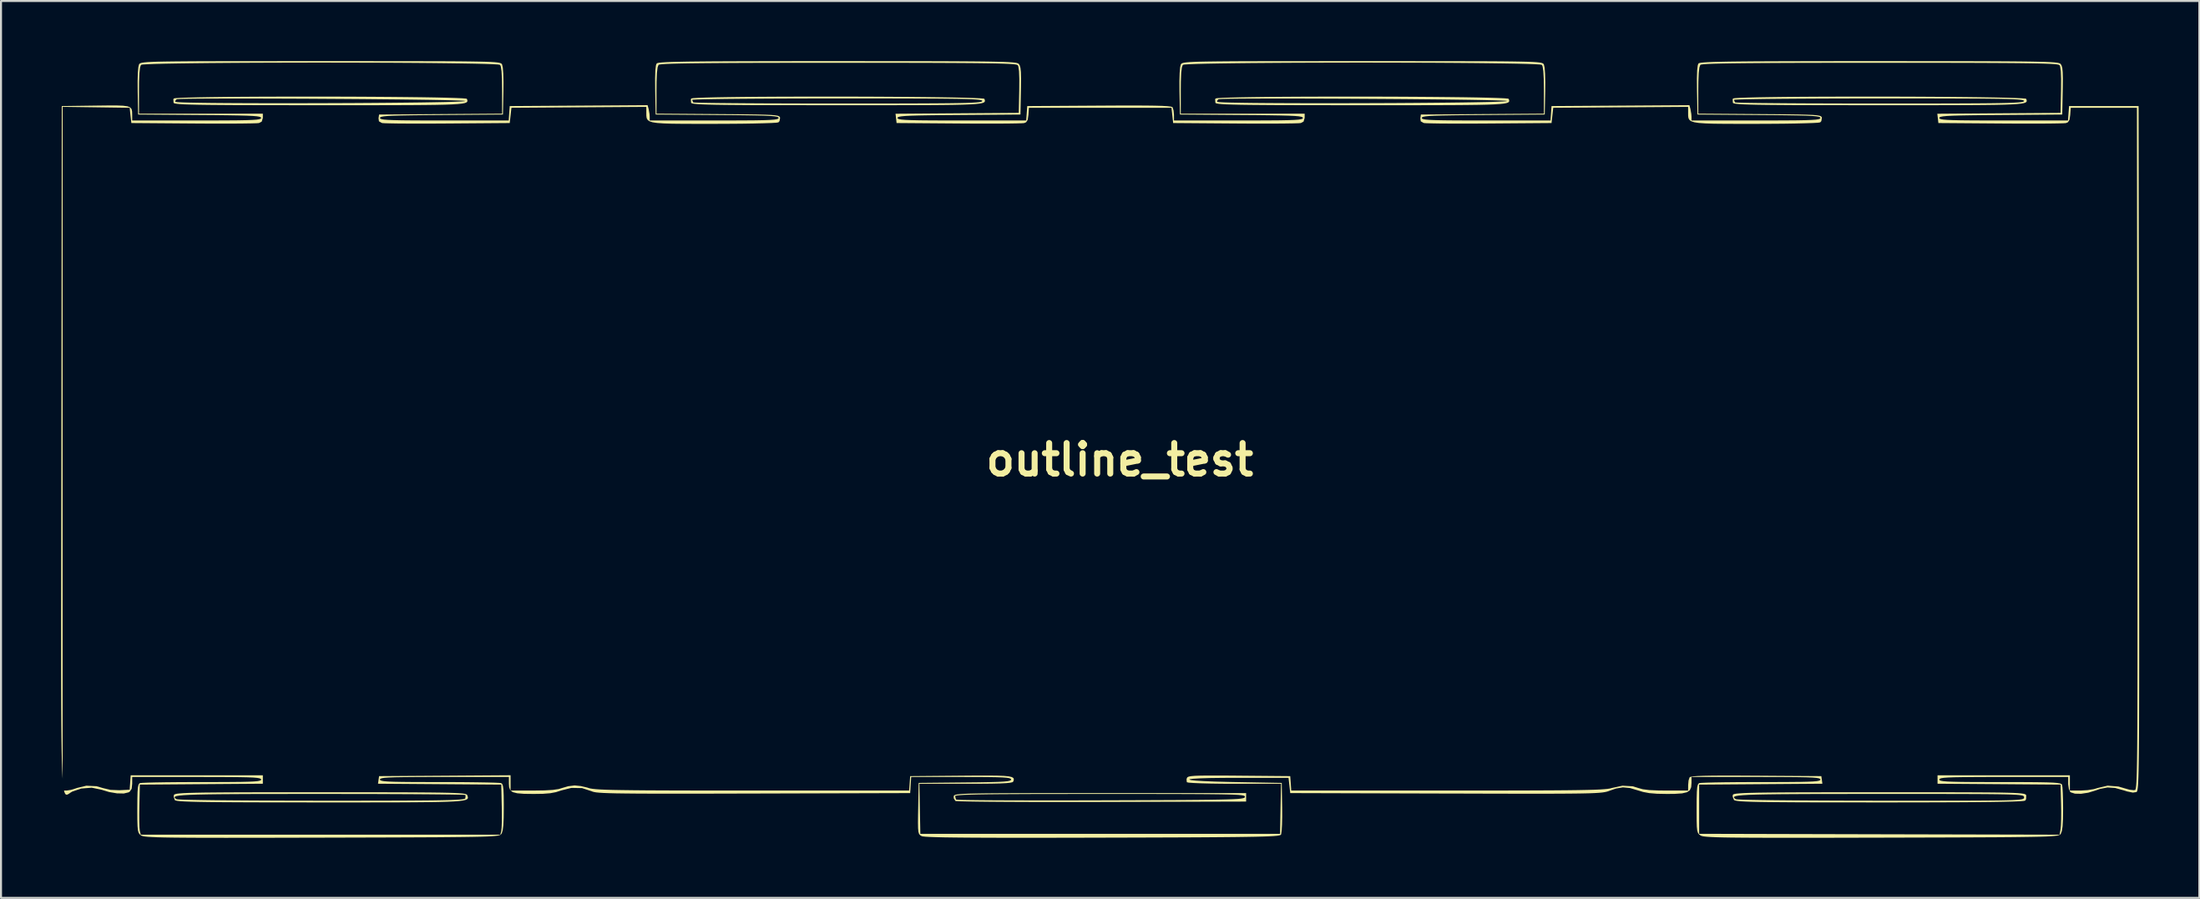
<source format=kicad_pcb>
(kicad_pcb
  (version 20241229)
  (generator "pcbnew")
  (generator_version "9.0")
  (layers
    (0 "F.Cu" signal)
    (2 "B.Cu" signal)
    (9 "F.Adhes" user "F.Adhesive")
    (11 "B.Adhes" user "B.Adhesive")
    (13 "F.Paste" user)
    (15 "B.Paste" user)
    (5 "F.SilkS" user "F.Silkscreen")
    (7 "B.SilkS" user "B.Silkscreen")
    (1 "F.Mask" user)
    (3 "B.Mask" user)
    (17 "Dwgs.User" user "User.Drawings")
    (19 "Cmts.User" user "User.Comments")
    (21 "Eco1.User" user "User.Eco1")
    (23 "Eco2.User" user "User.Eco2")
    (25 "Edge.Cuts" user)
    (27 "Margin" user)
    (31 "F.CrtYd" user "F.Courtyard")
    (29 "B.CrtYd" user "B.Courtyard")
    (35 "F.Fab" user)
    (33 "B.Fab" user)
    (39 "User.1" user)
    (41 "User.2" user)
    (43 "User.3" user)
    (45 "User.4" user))
  (footprint "outline_test"
    (layer "F.Cu")
    (at 52.823 19.897)
    (property "Reference" "outline_test" (at 0 0 0) (layer "F.SilkS") (effects (font (size 1.524 1.524) (thickness 0.3))))
    (attr board_only exclude_from_pos_files exclude_from_bom)
    (fp_poly (pts (xy 6.308 17.06) (xy -0.889 17.08) (xy -1.98 17.083) (xy -3.023 17.083) (xy -4.006 17.082) (xy -4.916 17.079) (xy -5.741 17.075) (xy -6.469 17.07) (xy -7.085 17.063) (xy -7.579 17.055) (xy -7.937 17.046) (xy -8.148 17.036) (xy -8.2 17.028) (xy -8.282 16.894) (xy -8.283 16.796) (xy -8.282 16.792) (xy -8.213 16.792) (xy -8.175 16.937) (xy -8.156 16.962) (xy -8.064 16.97) (xy -7.816 16.978) (xy -7.423 16.984) (xy -6.899 16.99) (xy -6.255 16.995) (xy -5.503 16.998) (xy -4.658 17) (xy -3.73 17.001) (xy -2.732 17.001) (xy -1.677 16.999) (xy -0.939 16.997) (xy 0.329 16.993) (xy 1.439 16.989) (xy 2.401 16.985) (xy 3.225 16.981) (xy 3.922 16.975) (xy 4.503 16.969) (xy 4.978 16.961) (xy 5.358 16.952) (xy 5.654 16.941) (xy 5.876 16.929) (xy 6.035 16.914) (xy 6.141 16.896) (xy 6.205 16.876) (xy 6.237 16.853) (xy 6.249 16.828) (xy 6.247 16.801) (xy 6.224 16.779) (xy 6.169 16.759) (xy 6.072 16.742) (xy 5.922 16.727) (xy 5.708 16.715) (xy 5.421 16.706) (xy 5.05 16.698) (xy 4.584 16.692) (xy 4.013 16.687) (xy 3.327 16.684) (xy 2.514 16.681) (xy 1.565 16.68) (xy 0.469 16.68) (xy -0.784 16.679) (xy -0.967 16.679) (xy -2.272 16.68) (xy -3.417 16.681) (xy -4.412 16.683) (xy -5.267 16.687) (xy -5.99 16.691) (xy -6.592 16.697) (xy -7.082 16.705) (xy -7.47 16.715) (xy -7.766 16.726) (xy -7.978 16.74) (xy -8.117 16.755) (xy -8.192 16.773) (xy -8.213 16.792) (xy -8.282 16.792) (xy -8.273 16.768) (xy -8.248 16.744) (xy -8.197 16.723) (xy -8.109 16.704) (xy -7.975 16.689) (xy -7.782 16.676) (xy -7.522 16.665) (xy -7.182 16.657) (xy -6.753 16.65) (xy -6.225 16.645) (xy -5.585 16.642) (xy -4.825 16.639) (xy -3.933 16.638) (xy -2.899 16.637) (xy -1.712 16.637) (xy -0.973 16.637) (xy 6.308 16.637)) (stroke (width 0) (type solid)) (fill yes) (layer "F.SilkS"))
    (fp_poly (pts (xy -39.211 -18.125) (xy -38.257 -18.122) (xy -37.329 -18.117) (xy -36.441 -18.111) (xy -35.608 -18.103) (xy -34.846 -18.094) (xy -34.168 -18.083) (xy -33.592 -18.07) (xy -33.13 -18.056) (xy -32.798 -18.041) (xy -32.612 -18.024) (xy -32.576 -18.013) (xy -32.556 -17.958) (xy -32.548 -17.909) (xy -32.561 -17.867) (xy -32.605 -17.831) (xy -32.692 -17.8) (xy -32.831 -17.775) (xy -33.032 -17.754) (xy -33.306 -17.737) (xy -33.662 -17.723) (xy -34.112 -17.713) (xy -34.666 -17.706) (xy -35.333 -17.701) (xy -36.125 -17.698) (xy -37.051 -17.696) (xy -38.121 -17.695) (xy -39.347 -17.695) (xy -39.888 -17.695) (xy -41.182 -17.696) (xy -42.318 -17.697) (xy -43.304 -17.699) (xy -44.152 -17.701) (xy -44.871 -17.706) (xy -45.47 -17.711) (xy -45.962 -17.718) (xy -46.355 -17.727) (xy -46.66 -17.738) (xy -46.886 -17.751) (xy -47.045 -17.766) (xy -47.145 -17.783) (xy -47.198 -17.803) (xy -47.212 -17.818) (xy -47.218 -17.908) (xy -47.129 -17.908) (xy -47.117 -17.865) (xy -47.026 -17.85) (xy -46.781 -17.837) (xy -46.399 -17.826) (xy -45.892 -17.817) (xy -45.278 -17.809) (xy -44.57 -17.803) (xy -43.783 -17.799) (xy -42.932 -17.796) (xy -42.033 -17.795) (xy -41.1 -17.795) (xy -40.148 -17.797) (xy -39.192 -17.8) (xy -38.247 -17.804) (xy -37.327 -17.81) (xy -36.448 -17.817) (xy -35.625 -17.825) (xy -34.873 -17.834) (xy -34.205 -17.845) (xy -33.639 -17.856) (xy -33.187 -17.869) (xy -32.866 -17.883) (xy -32.69 -17.897) (xy -32.66 -17.907) (xy -32.745 -17.919) (xy -32.985 -17.93) (xy -33.363 -17.941) (xy -33.866 -17.952) (xy -34.478 -17.963) (xy -35.185 -17.973) (xy -35.97 -17.983) (xy -36.82 -17.991) (xy -37.719 -18) (xy -38.651 -18.007) (xy -39.603 -18.013) (xy -40.559 -18.019) (xy -41.504 -18.023) (xy -42.423 -18.026) (xy -43.301 -18.028) (xy -44.123 -18.028) (xy -44.874 -18.027) (xy -45.539 -18.025) (xy -46.102 -18.021) (xy -46.55 -18.015) (xy -46.866 -18.007) (xy -47.036 -17.997) (xy -47.059 -17.993) (xy -47.129 -17.908) (xy -47.218 -17.908) (xy -47.223 -17.981) (xy -47.204 -18.03) (xy -47.111 -18.048) (xy -46.863 -18.063) (xy -46.477 -18.077) (xy -45.967 -18.09) (xy -45.347 -18.1) (xy -44.633 -18.109) (xy -43.84 -18.116) (xy -42.983 -18.121) (xy -42.077 -18.124) (xy -41.136 -18.126) (xy -40.176 -18.126)) (stroke (width 0) (type solid)) (fill yes) (layer "F.SilkS"))
    (fp_poly (pts (xy 12.774 -18.125) (xy 13.728 -18.122) (xy 14.657 -18.117) (xy 15.545 -18.111) (xy 16.377 -18.103) (xy 17.14 -18.094) (xy 17.817 -18.083) (xy 18.394 -18.07) (xy 18.855 -18.056) (xy 19.187 -18.041) (xy 19.373 -18.024) (xy 19.409 -18.013) (xy 19.429 -17.958) (xy 19.437 -17.909) (xy 19.424 -17.867) (xy 19.38 -17.831) (xy 19.293 -17.8) (xy 19.155 -17.775) (xy 18.954 -17.754) (xy 18.68 -17.737) (xy 18.323 -17.723) (xy 17.873 -17.713) (xy 17.319 -17.706) (xy 16.652 -17.701) (xy 15.86 -17.698) (xy 14.935 -17.696) (xy 13.864 -17.695) (xy 12.639 -17.695) (xy 12.098 -17.695) (xy 10.803 -17.696) (xy 9.667 -17.697) (xy 8.681 -17.699) (xy 7.833 -17.701) (xy 7.115 -17.706) (xy 6.515 -17.711) (xy 6.023 -17.718) (xy 5.63 -17.727) (xy 5.326 -17.738) (xy 5.099 -17.751) (xy 4.941 -17.766) (xy 4.84 -17.783) (xy 4.787 -17.803) (xy 4.774 -17.818) (xy 4.767 -17.908) (xy 4.856 -17.908) (xy 4.868 -17.865) (xy 4.96 -17.85) (xy 5.204 -17.837) (xy 5.587 -17.826) (xy 6.093 -17.817) (xy 6.707 -17.809) (xy 7.416 -17.803) (xy 8.202 -17.799) (xy 9.053 -17.796) (xy 9.952 -17.795) (xy 10.885 -17.795) (xy 11.837 -17.797) (xy 12.794 -17.8) (xy 13.739 -17.804) (xy 14.658 -17.81) (xy 15.537 -17.817) (xy 16.36 -17.825) (xy 17.113 -17.834) (xy 17.78 -17.845) (xy 18.347 -17.856) (xy 18.798 -17.869) (xy 19.119 -17.883) (xy 19.295 -17.897) (xy 19.325 -17.907) (xy 19.24 -17.919) (xy 19.001 -17.93) (xy 18.622 -17.941) (xy 18.119 -17.952) (xy 17.507 -17.963) (xy 16.801 -17.973) (xy 16.015 -17.983) (xy 15.166 -17.991) (xy 14.267 -18) (xy 13.334 -18.007) (xy 12.382 -18.013) (xy 11.426 -18.019) (xy 10.481 -18.023) (xy 9.562 -18.026) (xy 8.684 -18.028) (xy 7.862 -18.028) (xy 7.111 -18.027) (xy 6.447 -18.025) (xy 5.883 -18.021) (xy 5.436 -18.015) (xy 5.119 -18.007) (xy 4.95 -17.997) (xy 4.926 -17.993) (xy 4.856 -17.908) (xy 4.767 -17.908) (xy 4.762 -17.981) (xy 4.781 -18.03) (xy 4.875 -18.048) (xy 5.122 -18.063) (xy 5.508 -18.077) (xy 6.019 -18.09) (xy 6.638 -18.1) (xy 7.352 -18.109) (xy 8.145 -18.116) (xy 9.002 -18.121) (xy 9.908 -18.124) (xy 10.849 -18.126) (xy 11.809 -18.126)) (stroke (width 0) (type solid)) (fill yes) (layer "F.SilkS"))
    (fp_poly (pts (xy -13.388 -18.125) (xy -12.434 -18.122) (xy -11.505 -18.117) (xy -10.617 -18.111) (xy -9.785 -18.103) (xy -9.022 -18.094) (xy -8.345 -18.083) (xy -7.768 -18.07) (xy -7.307 -18.056) (xy -6.975 -18.041) (xy -6.789 -18.024) (xy -6.753 -18.013) (xy -6.733 -17.958) (xy -6.725 -17.909) (xy -6.738 -17.867) (xy -6.782 -17.831) (xy -6.869 -17.8) (xy -7.007 -17.775) (xy -7.208 -17.754) (xy -7.482 -17.737) (xy -7.839 -17.723) (xy -8.289 -17.713) (xy -8.843 -17.706) (xy -9.51 -17.701) (xy -10.302 -17.698) (xy -11.227 -17.696) (xy -12.298 -17.695) (xy -13.523 -17.695) (xy -14.064 -17.695) (xy -15.359 -17.696) (xy -16.495 -17.697) (xy -17.481 -17.699) (xy -18.329 -17.701) (xy -19.047 -17.706) (xy -19.647 -17.711) (xy -20.139 -17.718) (xy -20.532 -17.727) (xy -20.836 -17.738) (xy -21.063 -17.751) (xy -21.221 -17.766) (xy -21.322 -17.783) (xy -21.375 -17.803) (xy -21.388 -17.818) (xy -21.398 -17.963) (xy -21.336 -17.963) (xy -21.284 -17.841) (xy -21.28 -17.836) (xy -21.188 -17.828) (xy -20.94 -17.82) (xy -20.547 -17.812) (xy -20.023 -17.805) (xy -19.378 -17.799) (xy -18.627 -17.793) (xy -17.781 -17.788) (xy -16.852 -17.785) (xy -15.854 -17.782) (xy -14.798 -17.78) (xy -14.041 -17.78) (xy -12.76 -17.78) (xy -11.639 -17.781) (xy -10.667 -17.783) (xy -9.833 -17.786) (xy -9.128 -17.79) (xy -8.54 -17.795) (xy -8.06 -17.802) (xy -7.678 -17.81) (xy -7.383 -17.821) (xy -7.165 -17.834) (xy -7.014 -17.849) (xy -6.919 -17.866) (xy -6.871 -17.886) (xy -6.858 -17.907) (xy -6.873 -17.93) (xy -6.924 -17.949) (xy -7.023 -17.966) (xy -7.178 -17.981) (xy -7.401 -17.994) (xy -7.701 -18.004) (xy -8.09 -18.013) (xy -8.576 -18.019) (xy -9.17 -18.025) (xy -9.882 -18.028) (xy -10.724 -18.031) (xy -11.704 -18.033) (xy -12.833 -18.034) (xy -14.097 -18.034) (xy -15.188 -18.033) (xy -16.229 -18.031) (xy -17.208 -18.027) (xy -18.112 -18.022) (xy -18.93 -18.016) (xy -19.649 -18.009) (xy -20.257 -18) (xy -20.741 -17.991) (xy -21.089 -17.982) (xy -21.29 -17.971) (xy -21.336 -17.963) (xy -21.398 -17.963) (xy -21.4 -17.981) (xy -21.381 -18.03) (xy -21.287 -18.048) (xy -21.04 -18.063) (xy -20.654 -18.077) (xy -20.143 -18.09) (xy -19.524 -18.1) (xy -18.81 -18.109) (xy -18.017 -18.116) (xy -17.16 -18.121) (xy -16.254 -18.124) (xy -15.313 -18.126) (xy -14.353 -18.126)) (stroke (width 0) (type solid)) (fill yes) (layer "F.SilkS"))
    (fp_poly (pts (xy 38.597 -18.125) (xy 39.551 -18.122) (xy 40.48 -18.117) (xy 41.368 -18.111) (xy 42.201 -18.103) (xy 42.963 -18.094) (xy 43.64 -18.083) (xy 44.217 -18.07) (xy 44.679 -18.056) (xy 45.01 -18.041) (xy 45.197 -18.024) (xy 45.233 -18.013) (xy 45.252 -17.958) (xy 45.261 -17.909) (xy 45.248 -17.867) (xy 45.203 -17.831) (xy 45.117 -17.8) (xy 44.978 -17.775) (xy 44.777 -17.754) (xy 44.503 -17.737) (xy 44.146 -17.723) (xy 43.696 -17.713) (xy 43.143 -17.706) (xy 42.475 -17.701) (xy 41.684 -17.698) (xy 40.758 -17.696) (xy 39.687 -17.695) (xy 38.462 -17.695) (xy 37.921 -17.695) (xy 36.626 -17.696) (xy 35.491 -17.697) (xy 34.504 -17.699) (xy 33.657 -17.701) (xy 32.938 -17.706) (xy 32.338 -17.711) (xy 31.847 -17.718) (xy 31.454 -17.727) (xy 31.149 -17.738) (xy 30.923 -17.751) (xy 30.764 -17.766) (xy 30.663 -17.783) (xy 30.611 -17.803) (xy 30.597 -17.818) (xy 30.587 -17.963) (xy 30.649 -17.963) (xy 30.701 -17.841) (xy 30.706 -17.836) (xy 30.797 -17.828) (xy 31.045 -17.82) (xy 31.438 -17.812) (xy 31.963 -17.805) (xy 32.607 -17.799) (xy 33.358 -17.793) (xy 34.204 -17.788) (xy 35.133 -17.785) (xy 36.131 -17.782) (xy 37.187 -17.78) (xy 37.945 -17.78) (xy 39.225 -17.78) (xy 40.346 -17.781) (xy 41.318 -17.783) (xy 42.152 -17.786) (xy 42.858 -17.79) (xy 43.445 -17.795) (xy 43.925 -17.802) (xy 44.307 -17.81) (xy 44.602 -17.821) (xy 44.82 -17.834) (xy 44.971 -17.849) (xy 45.066 -17.866) (xy 45.115 -17.886) (xy 45.127 -17.907) (xy 45.112 -17.93) (xy 45.061 -17.949) (xy 44.962 -17.966) (xy 44.807 -17.981) (xy 44.584 -17.994) (xy 44.284 -18.004) (xy 43.896 -18.013) (xy 43.41 -18.019) (xy 42.816 -18.025) (xy 42.103 -18.028) (xy 41.262 -18.031) (xy 40.282 -18.033) (xy 39.152 -18.034) (xy 37.888 -18.034) (xy 36.797 -18.033) (xy 35.756 -18.031) (xy 34.778 -18.027) (xy 33.873 -18.022) (xy 33.055 -18.016) (xy 32.336 -18.009) (xy 31.729 -18) (xy 31.244 -17.991) (xy 30.896 -17.982) (xy 30.695 -17.971) (xy 30.649 -17.963) (xy 30.587 -17.963) (xy 30.586 -17.981) (xy 30.604 -18.03) (xy 30.698 -18.048) (xy 30.945 -18.063) (xy 31.332 -18.077) (xy 31.842 -18.09) (xy 32.462 -18.1) (xy 33.175 -18.109) (xy 33.968 -18.116) (xy 34.825 -18.121) (xy 35.732 -18.124) (xy 36.673 -18.126) (xy 37.633 -18.126)) (stroke (width 0) (type solid)) (fill yes) (layer "F.SilkS"))
    (fp_poly (pts (xy -38.596 16.595) (xy -37.473 16.596) (xy -36.498 16.597) (xy -35.661 16.599) (xy -34.951 16.603) (xy -34.359 16.608) (xy -33.873 16.614) (xy -33.482 16.622) (xy -33.178 16.632) (xy -32.948 16.645) (xy -32.783 16.659) (xy -32.672 16.676) (xy -32.605 16.696) (xy -32.571 16.718) (xy -32.562 16.732) (xy -32.538 16.797) (xy -32.524 16.853) (xy -32.531 16.902) (xy -32.569 16.944) (xy -32.649 16.98) (xy -32.78 17.01) (xy -32.972 17.034) (xy -33.237 17.054) (xy -33.583 17.07) (xy -34.022 17.082) (xy -34.564 17.09) (xy -35.219 17.096) (xy -35.996 17.1) (xy -36.907 17.102) (xy -37.961 17.103) (xy -39.169 17.103) (xy -39.878 17.103) (xy -41.175 17.102) (xy -42.313 17.101) (xy -43.301 17.099) (xy -44.15 17.095) (xy -44.869 17.091) (xy -45.469 17.085) (xy -45.959 17.077) (xy -46.349 17.067) (xy -46.649 17.056) (xy -46.869 17.042) (xy -47.02 17.026) (xy -47.11 17.007) (xy -47.15 16.986) (xy -47.15 16.986) (xy -47.197 16.846) (xy -47.161 16.846) (xy -47.141 16.884) (xy -47.086 16.927) (xy -47.064 16.942) (xy -46.964 16.953) (xy -46.706 16.964) (xy -46.305 16.974) (xy -45.772 16.983) (xy -45.12 16.992) (xy -44.362 16.999) (xy -43.511 17.005) (xy -42.579 17.01) (xy -41.578 17.014) (xy -40.521 17.016) (xy -39.824 17.017) (xy -38.538 17.017) (xy -37.412 17.016) (xy -36.434 17.014) (xy -35.596 17.011) (xy -34.888 17.006) (xy -34.298 17.001) (xy -33.817 16.993) (xy -33.435 16.984) (xy -33.142 16.972) (xy -32.927 16.959) (xy -32.782 16.943) (xy -32.695 16.925) (xy -32.657 16.904) (xy -32.654 16.899) (xy -32.642 16.764) (xy -32.659 16.73) (xy -32.749 16.722) (xy -32.997 16.715) (xy -33.388 16.708) (xy -33.912 16.702) (xy -34.556 16.696) (xy -35.306 16.691) (xy -36.152 16.687) (xy -37.08 16.683) (xy -38.077 16.681) (xy -39.133 16.68) (xy -39.887 16.679) (xy -41.193 16.68) (xy -42.34 16.681) (xy -43.336 16.683) (xy -44.192 16.687) (xy -44.917 16.692) (xy -45.521 16.7) (xy -46.013 16.71) (xy -46.403 16.724) (xy -46.701 16.74) (xy -46.916 16.76) (xy -47.058 16.784) (xy -47.136 16.813) (xy -47.161 16.846) (xy -47.197 16.846) (xy -47.207 16.816) (xy -47.194 16.732) (xy -47.174 16.708) (xy -47.127 16.687) (xy -47.042 16.668) (xy -46.909 16.652) (xy -46.718 16.639) (xy -46.457 16.628) (xy -46.117 16.619) (xy -45.687 16.611) (xy -45.156 16.606) (xy -44.515 16.601) (xy -43.752 16.598) (xy -42.857 16.596) (xy -41.819 16.595) (xy -40.629 16.595) (xy -39.878 16.595)) (stroke (width 0) (type solid)) (fill yes) (layer "F.SilkS"))
    (fp_poly (pts (xy 39.195 16.595) (xy 40.313 16.595) (xy 41.283 16.596) (xy 42.116 16.598) (xy 42.821 16.601) (xy 43.411 16.605) (xy 43.894 16.61) (xy 44.283 16.618) (xy 44.586 16.627) (xy 44.816 16.639) (xy 44.983 16.653) (xy 45.097 16.669) (xy 45.169 16.689) (xy 45.209 16.712) (xy 45.228 16.738) (xy 45.235 16.757) (xy 45.228 16.935) (xy 45.185 17.011) (xy 45.104 17.029) (xy 44.895 17.045) (xy 44.553 17.059) (xy 44.075 17.071) (xy 43.455 17.081) (xy 42.69 17.089) (xy 41.774 17.095) (xy 40.703 17.099) (xy 39.472 17.102) (xy 38.076 17.103) (xy 37.924 17.103) (xy 36.641 17.102) (xy 35.516 17.101) (xy 34.54 17.1) (xy 33.703 17.097) (xy 32.993 17.092) (xy 32.401 17.087) (xy 31.915 17.08) (xy 31.527 17.071) (xy 31.225 17.06) (xy 30.998 17.047) (xy 30.838 17.031) (xy 30.732 17.013) (xy 30.672 16.993) (xy 30.65 16.977) (xy 30.598 16.845) (xy 30.648 16.845) (xy 30.667 16.883) (xy 30.721 16.926) (xy 30.744 16.942) (xy 30.845 16.953) (xy 31.102 16.964) (xy 31.504 16.974) (xy 32.037 16.983) (xy 32.688 16.992) (xy 33.446 16.999) (xy 34.298 17.005) (xy 35.231 17.01) (xy 36.232 17.014) (xy 37.288 17.016) (xy 37.994 17.017) (xy 39.257 17.017) (xy 40.362 17.017) (xy 41.318 17.016) (xy 42.137 17.015) (xy 42.83 17.012) (xy 43.406 17.008) (xy 43.877 17.003) (xy 44.253 16.995) (xy 44.545 16.986) (xy 44.763 16.974) (xy 44.919 16.96) (xy 45.022 16.943) (xy 45.084 16.923) (xy 45.115 16.899) (xy 45.126 16.872) (xy 45.127 16.849) (xy 45.125 16.819) (xy 45.11 16.793) (xy 45.074 16.77) (xy 45.003 16.751) (xy 44.889 16.734) (xy 44.721 16.72) (xy 44.488 16.709) (xy 44.179 16.7) (xy 43.784 16.693) (xy 43.292 16.688) (xy 42.693 16.684) (xy 41.975 16.682) (xy 41.129 16.68) (xy 40.144 16.68) (xy 39.009 16.679) (xy 37.936 16.679) (xy 36.628 16.68) (xy 35.481 16.681) (xy 34.483 16.683) (xy 33.626 16.687) (xy 32.9 16.692) (xy 32.295 16.7) (xy 31.801 16.71) (xy 31.41 16.723) (xy 31.111 16.74) (xy 30.895 16.76) (xy 30.753 16.784) (xy 30.673 16.812) (xy 30.648 16.845) (xy 30.598 16.845) (xy 30.585 16.811) (xy 30.595 16.723) (xy 30.618 16.7) (xy 30.677 16.68) (xy 30.782 16.663) (xy 30.942 16.648) (xy 31.169 16.635) (xy 31.472 16.625) (xy 31.862 16.616) (xy 32.349 16.61) (xy 32.943 16.604) (xy 33.656 16.6) (xy 34.496 16.598) (xy 35.474 16.596) (xy 36.6 16.595) (xy 37.886 16.595) (xy 37.918 16.595)) (stroke (width 0) (type solid)) (fill yes) (layer "F.SilkS"))
    (fp_poly (pts (xy -30.395 16.505) (xy -30.412 16.493) (xy -30.468 16.346) (xy -30.48 16.168) (xy -30.48 15.833) (xy -33.697 15.833) (xy -34.529 15.833) (xy -35.207 15.836) (xy -35.746 15.841) (xy -36.161 15.848) (xy -36.468 15.86) (xy -36.681 15.875) (xy -36.817 15.895) (xy -36.889 15.921) (xy -36.914 15.953) (xy -36.915 15.96) (xy -36.897 15.994) (xy -36.834 16.021) (xy -36.709 16.043) (xy -36.507 16.059) (xy -36.212 16.071) (xy -35.807 16.079) (xy -35.278 16.084) (xy -34.608 16.086) (xy -33.958 16.087) (xy -33.263 16.088) (xy -32.618 16.092) (xy -32.044 16.099) (xy -31.561 16.107) (xy -31.19 16.117) (xy -30.951 16.128) (xy -30.868 16.138) (xy -30.813 16.182) (xy -30.775 16.284) (xy -30.752 16.469) (xy -30.739 16.763) (xy -30.734 17.192) (xy -30.734 17.35) (xy -30.739 17.867) (xy -30.756 18.238) (xy -30.787 18.488) (xy -30.833 18.639) (xy -30.854 18.674) (xy -30.877 18.7) (xy -30.911 18.724) (xy -30.967 18.744) (xy -31.053 18.763) (xy -31.18 18.778) (xy -31.357 18.792) (xy -31.593 18.804) (xy -31.9 18.814) (xy -32.286 18.822) (xy -32.76 18.829) (xy -33.334 18.835) (xy -34.016 18.841) (xy -34.816 18.845) (xy -35.744 18.849) (xy -36.809 18.853) (xy -38.021 18.856) (xy -39.391 18.86) (xy -39.808 18.861) (xy -41.236 18.864) (xy -42.503 18.867) (xy -43.62 18.868) (xy -44.597 18.869) (xy -45.443 18.868) (xy -46.167 18.866) (xy -46.78 18.862) (xy -47.29 18.857) (xy -47.707 18.85) (xy -48.042 18.841) (xy -48.303 18.83) (xy -48.5 18.818) (xy -48.643 18.803) (xy -48.741 18.785) (xy -48.803 18.766) (xy -48.832 18.75) (xy -48.907 18.689) (xy -48.959 18.611) (xy -48.992 18.485) (xy -49.011 18.284) (xy -49.02 17.978) (xy -49.022 17.539) (xy -49.022 17.403) (xy -49.019 16.917) (xy -49.01 16.574) (xy -48.991 16.349) (xy -48.96 16.217) (xy -48.914 16.152) (xy -48.888 16.138) (xy -48.774 16.126) (xy -48.512 16.115) (xy -48.121 16.105) (xy -47.621 16.097) (xy -47.034 16.091) (xy -46.379 16.088) (xy -45.798 16.087) (xy -45.003 16.086) (xy -44.362 16.083) (xy -43.859 16.078) (xy -43.478 16.069) (xy -43.202 16.056) (xy -43.016 16.039) (xy -42.905 16.016) (xy -42.852 15.988) (xy -42.841 15.96) (xy -42.859 15.927) (xy -42.92 15.9) (xy -43.042 15.879) (xy -43.238 15.862) (xy -43.525 15.85) (xy -43.917 15.842) (xy -44.43 15.837) (xy -45.078 15.834) (xy -45.878 15.833) (xy -46.059 15.833) (xy -49.276 15.833) (xy -49.276 16.168) (xy -49.303 16.42) (xy -49.399 16.564) (xy -49.454 16.599) (xy -49.694 16.657) (xy -50.036 16.65) (xy -50.428 16.584) (xy -50.8 16.471) (xy -51.296 16.367) (xy -51.824 16.41) (xy -52.263 16.56) (xy -52.329 16.597) (xy -52.39 16.638) (xy -52.446 16.677) (xy -52.497 16.705) (xy -52.544 16.718) (xy -52.586 16.708) (xy -52.623 16.668) (xy -52.657 16.593) (xy -52.678 16.51) (xy -52.546 16.51) (xy -52.333 16.477) (xy -52.075 16.397) (xy -52.041 16.383) (xy -51.564 16.269) (xy -51.055 16.294) (xy -50.729 16.388) (xy -50.36 16.476) (xy -49.914 16.494) (xy -49.901 16.493) (xy -49.403 16.468) (xy -49.377 16.108) (xy -49.351 15.748) (xy -42.757 15.748) (xy -42.757 16.169) (xy -45.826 16.191) (xy -48.895 16.214) (xy -48.919 17.272) (xy -48.925 17.695) (xy -48.923 18.071) (xy -48.913 18.359) (xy -48.897 18.519) (xy -48.897 18.521) (xy -48.849 18.711) (xy -30.907 18.711) (xy -30.859 18.521) (xy -30.843 18.365) (xy -30.833 18.08) (xy -30.831 17.706) (xy -30.836 17.283) (xy -30.837 17.272) (xy -30.861 16.214) (xy -37.011 16.169) (xy -36.984 15.98) (xy -36.957 15.79) (xy -33.676 15.768) (xy -30.395 15.746)) (stroke (width 0) (type solid)) (fill yes) (layer "F.SilkS"))
    (fp_poly (pts (xy 39.324 -19.896) (xy 40.596 -19.896) (xy 41.718 -19.895) (xy 42.699 -19.893) (xy 43.548 -19.89) (xy 44.276 -19.886) (xy 44.892 -19.881) (xy 45.404 -19.875) (xy 45.824 -19.867) (xy 46.159 -19.858) (xy 46.42 -19.847) (xy 46.617 -19.834) (xy 46.758 -19.819) (xy 46.853 -19.802) (xy 46.913 -19.782) (xy 46.944 -19.761) (xy 46.998 -19.682) (xy 47.035 -19.553) (xy 47.055 -19.347) (xy 47.063 -19.036) (xy 47.059 -18.593) (xy 47.056 -18.428) (xy 47.032 -17.23) (xy 43.963 -17.207) (xy 43.151 -17.201) (xy 42.493 -17.193) (xy 41.973 -17.184) (xy 41.576 -17.173) (xy 41.287 -17.159) (xy 41.089 -17.14) (xy 40.968 -17.118) (xy 40.908 -17.089) (xy 40.894 -17.059) (xy 40.912 -17.027) (xy 40.975 -17) (xy 41.1 -16.979) (xy 41.3 -16.963) (xy 41.591 -16.951) (xy 41.989 -16.942) (xy 42.509 -16.937) (xy 43.165 -16.934) (xy 43.973 -16.933) (xy 44.106 -16.933) (xy 47.319 -16.933) (xy 47.371 -17.653) (xy 50.842 -17.653) (xy 50.864 -0.575) (xy 50.866 1.427) (xy 50.868 3.266) (xy 50.87 4.95) (xy 50.871 6.485) (xy 50.872 7.879) (xy 50.872 9.137) (xy 50.872 10.268) (xy 50.871 11.277) (xy 50.869 12.172) (xy 50.867 12.96) (xy 50.864 13.648) (xy 50.859 14.242) (xy 50.854 14.75) (xy 50.848 15.177) (xy 50.841 15.532) (xy 50.833 15.822) (xy 50.824 16.052) (xy 50.814 16.23) (xy 50.802 16.362) (xy 50.789 16.457) (xy 50.775 16.52) (xy 50.76 16.558) (xy 50.743 16.579) (xy 50.734 16.585) (xy 50.557 16.613) (xy 50.273 16.555) (xy 50.12 16.506) (xy 49.671 16.381) (xy 49.29 16.356) (xy 48.909 16.43) (xy 48.683 16.51) (xy 48.326 16.618) (xy 47.97 16.671) (xy 47.665 16.665) (xy 47.457 16.6) (xy 47.43 16.578) (xy 47.363 16.431) (xy 47.33 16.2) (xy 47.329 16.154) (xy 47.329 15.833) (xy 44.111 15.833) (xy 43.279 15.833) (xy 42.602 15.836) (xy 42.063 15.841) (xy 41.648 15.848) (xy 41.341 15.86) (xy 41.128 15.875) (xy 40.992 15.895) (xy 40.92 15.921) (xy 40.895 15.953) (xy 40.894 15.96) (xy 40.911 15.993) (xy 40.974 16.021) (xy 41.098 16.042) (xy 41.298 16.059) (xy 41.59 16.07) (xy 41.991 16.079) (xy 42.515 16.084) (xy 43.177 16.086) (xy 43.933 16.087) (xy 44.738 16.087) (xy 45.39 16.09) (xy 45.905 16.095) (xy 46.299 16.103) (xy 46.588 16.115) (xy 46.789 16.132) (xy 46.917 16.154) (xy 46.989 16.182) (xy 47.022 16.216) (xy 47.023 16.221) (xy 47.043 16.353) (xy 47.059 16.618) (xy 47.07 16.977) (xy 47.075 17.394) (xy 47.075 17.432) (xy 47.069 17.935) (xy 47.049 18.292) (xy 47.014 18.527) (xy 46.961 18.665) (xy 46.955 18.674) (xy 46.932 18.7) (xy 46.897 18.724) (xy 46.842 18.744) (xy 46.756 18.763) (xy 46.629 18.778) (xy 46.452 18.792) (xy 46.215 18.804) (xy 45.908 18.814) (xy 45.522 18.822) (xy 45.047 18.829) (xy 44.474 18.836) (xy 43.791 18.841) (xy 42.991 18.845) (xy 42.063 18.849) (xy 40.997 18.853) (xy 39.784 18.856) (xy 38.414 18.86) (xy 38.009 18.861) (xy 36.58 18.864) (xy 35.311 18.867) (xy 34.192 18.868) (xy 33.213 18.868) (xy 32.366 18.867) (xy 31.64 18.865) (xy 31.027 18.861) (xy 30.515 18.856) (xy 30.097 18.849) (xy 29.763 18.84) (xy 29.502 18.829) (xy 29.305 18.816) (xy 29.163 18.801) (xy 29.067 18.784) (xy 29.006 18.764) (xy 28.985 18.753) (xy 28.907 18.695) (xy 28.853 18.622) (xy 28.818 18.505) (xy 28.798 18.315) (xy 28.789 18.023) (xy 28.787 17.602) (xy 28.787 17.406) (xy 28.789 16.919) (xy 28.799 16.575) (xy 28.817 16.35) (xy 28.848 16.218) (xy 28.894 16.152) (xy 28.921 16.138) (xy 29.034 16.126) (xy 29.297 16.115) (xy 29.688 16.105) (xy 30.187 16.097) (xy 30.775 16.091) (xy 31.43 16.088) (xy 32.011 16.087) (xy 32.805 16.086) (xy 33.446 16.083) (xy 33.95 16.078) (xy 34.331 16.069) (xy 34.607 16.056) (xy 34.792 16.039) (xy 34.903 16.016) (xy 34.956 15.988) (xy 34.967 15.96) (xy 34.95 15.927) (xy 34.888 15.9) (xy 34.767 15.879) (xy 34.57 15.862) (xy 34.284 15.85) (xy 33.892 15.842) (xy 33.379 15.837) (xy 32.73 15.834) (xy 31.931 15.833) (xy 31.75 15.833) (xy 28.533 15.833) (xy 28.533 16.123) (xy 28.516 16.342) (xy 28.448 16.496) (xy 28.305 16.595) (xy 28.062 16.651) (xy 27.693 16.675) (xy 27.317 16.679) (xy 26.815 16.67) (xy 26.432 16.639) (xy 26.118 16.581) (xy 25.886 16.51) (xy 25.461 16.385) (xy 25.109 16.351) (xy 24.763 16.409) (xy 24.468 16.51) (xy 24.391 16.539) (xy 24.308 16.565) (xy 24.21 16.587) (xy 24.085 16.606) (xy 23.923 16.622) (xy 23.712 16.635) (xy 23.443 16.646) (xy 23.103 16.654) (xy 22.682 16.66) (xy 22.17 16.664) (xy 21.556 16.667) (xy 20.829 16.668) (xy 19.978 16.667) (xy 18.992 16.666) (xy 17.861 16.663) (xy 16.574 16.659) (xy 16.273 16.659) (xy 8.509 16.637) (xy 8.467 16.256) (xy 8.424 15.875) (xy 5.948 15.875) (xy 5.162 15.878) (xy 4.518 15.886) (xy 4.023 15.9) (xy 3.682 15.919) (xy 3.501 15.943) (xy 3.471 15.96) (xy 3.554 15.988) (xy 3.798 16.015) (xy 4.192 16.039) (xy 4.728 16.061) (xy 5.397 16.079) (xy 5.778 16.087) (xy 8.086 16.129) (xy 8.107 17.357) (xy 8.109 17.81) (xy 8.1 18.205) (xy 8.082 18.508) (xy 8.057 18.685) (xy 8.046 18.711) (xy 8.018 18.732) (xy 7.953 18.75) (xy 7.844 18.767) (xy 7.681 18.781) (xy 7.454 18.794) (xy 7.154 18.805) (xy 6.772 18.815) (xy 6.298 18.823) (xy 5.724 18.831) (xy 5.039 18.837) (xy 4.234 18.843) (xy 3.301 18.848) (xy 2.23 18.852) (xy 1.011 18.856) (xy -0.365 18.86) (xy -0.865 18.861) (xy -2.362 18.865) (xy -3.697 18.867) (xy -4.878 18.868) (xy -5.912 18.867) (xy -6.808 18.864) (xy -7.573 18.86) (xy -8.214 18.854) (xy -8.739 18.847) (xy -9.155 18.837) (xy -9.471 18.826) (xy -9.694 18.813) (xy -9.832 18.797) (xy -9.887 18.783) (xy -9.961 18.738) (xy -10.012 18.676) (xy -10.045 18.569) (xy -10.061 18.392) (xy -10.066 18.116) (xy -10.062 17.713) (xy -10.056 17.405) (xy -10.033 16.129) (xy -7.726 16.106) (xy -7.031 16.099) (xy -6.487 16.089) (xy -6.078 16.078) (xy -5.785 16.062) (xy -5.59 16.042) (xy -5.477 16.016) (xy -5.426 15.983) (xy -5.419 15.958) (xy -5.438 15.922) (xy -5.506 15.893) (xy -5.642 15.871) (xy -5.861 15.855) (xy -6.181 15.844) (xy -6.619 15.837) (xy -7.193 15.834) (xy -7.912 15.833) (xy -10.405 15.833) (xy -10.431 16.235) (xy -10.456 16.637) (xy -18.27 16.659) (xy -19.611 16.662) (xy -20.792 16.665) (xy -21.825 16.666) (xy -22.719 16.666) (xy -23.485 16.664) (xy -24.133 16.661) (xy -24.674 16.656) (xy -25.117 16.65) (xy -25.473 16.641) (xy -25.752 16.63) (xy -25.965 16.617) (xy -26.121 16.602) (xy -26.231 16.583) (xy -26.306 16.563) (xy -26.339 16.548) (xy -26.828 16.388) (xy -27.361 16.378) (xy -27.855 16.501) (xy -28.128 16.589) (xy -28.419 16.644) (xy -28.781 16.672) (xy -29.237 16.679) (xy -29.722 16.673) (xy -30.063 16.646) (xy -30.285 16.59) (xy -30.389 16.51) (xy -29.263 16.51) (xy -28.705 16.502) (xy -28.291 16.478) (xy -27.997 16.435) (xy -27.826 16.383) (xy -27.523 16.295) (xy -27.206 16.256) (xy -27.191 16.256) (xy -26.891 16.286) (xy -26.567 16.361) (xy -26.501 16.383) (xy -26.42 16.405) (xy -26.305 16.424) (xy -26.144 16.441) (xy -25.927 16.456) (xy -25.645 16.468) (xy -25.286 16.479) (xy -24.841 16.487) (xy -24.299 16.494) (xy -23.65 16.5) (xy -22.884 16.504) (xy -21.99 16.507) (xy -20.958 16.509) (xy -19.779 16.51) (xy -18.441 16.51) (xy -18.325 16.51) (xy -10.508 16.51) (xy -10.482 16.15) (xy -10.456 15.79) (xy -7.922 15.768) (xy -7.17 15.762) (xy -6.572 15.761) (xy -6.11 15.766) (xy -5.769 15.779) (xy -5.531 15.803) (xy -5.382 15.838) (xy -5.304 15.886) (xy -5.282 15.95) (xy -5.299 16.031) (xy -5.309 16.058) (xy -5.352 16.093) (xy -5.465 16.12) (xy -5.664 16.14) (xy -5.965 16.155) (xy -6.385 16.165) (xy -6.94 16.17) (xy -7.648 16.171) (xy -7.674 16.171) (xy -9.995 16.171) (xy -9.972 17.42) (xy -9.948 18.669) (xy 8.001 18.669) (xy 8.024 17.42) (xy 8.048 16.171) (xy 5.722 16.171) (xy 5.095 16.169) (xy 4.532 16.161) (xy 4.055 16.149) (xy 3.685 16.133) (xy 3.443 16.115) (xy 3.349 16.094) (xy 3.334 15.956) (xy 3.354 15.881) (xy 3.383 15.843) (xy 3.45 15.812) (xy 3.572 15.79) (xy 3.768 15.774) (xy 4.054 15.765) (xy 4.449 15.761) (xy 4.971 15.761) (xy 5.637 15.765) (xy 5.957 15.768) (xy 8.509 15.79) (xy 8.535 16.15) (xy 8.561 16.51) (xy 16.377 16.51) (xy 17.728 16.51) (xy 18.92 16.509) (xy 19.963 16.507) (xy 20.868 16.504) (xy 21.644 16.5) (xy 22.302 16.495) (xy 22.853 16.488) (xy 23.306 16.479) (xy 23.671 16.469) (xy 23.96 16.457) (xy 24.181 16.442) (xy 24.346 16.426) (xy 24.465 16.407) (xy 24.548 16.385) (xy 24.553 16.383) (xy 25.091 16.268) (xy 25.608 16.299) (xy 25.879 16.383) (xy 26.101 16.445) (xy 26.428 16.486) (xy 26.885 16.506) (xy 27.273 16.51) (xy 28.363 16.51) (xy 28.365 16.235) (xy 28.385 16.009) (xy 28.434 15.853) (xy 28.434 15.853) (xy 28.487 15.825) (xy 28.615 15.802) (xy 28.832 15.785) (xy 29.151 15.773) (xy 29.586 15.765) (xy 30.149 15.762) (xy 30.854 15.763) (xy 31.715 15.768) (xy 31.756 15.768) (xy 35.01 15.79) (xy 35.037 15.98) (xy 35.063 16.169) (xy 28.914 16.214) (xy 28.914 18.669) (xy 37.906 18.691) (xy 46.898 18.712) (xy 46.948 18.437) (xy 46.966 18.241) (xy 46.977 17.923) (xy 46.979 17.53) (xy 46.973 17.187) (xy 46.948 16.214) (xy 43.879 16.191) (xy 40.809 16.169) (xy 40.809 15.748) (xy 47.413 15.748) (xy 47.413 16.51) (xy 47.953 16.51) (xy 48.296 16.489) (xy 48.62 16.436) (xy 48.797 16.383) (xy 49.295 16.266) (xy 49.837 16.309) (xy 50.134 16.396) (xy 50.391 16.468) (xy 50.599 16.493) (xy 50.663 16.483) (xy 50.679 16.468) (xy 50.694 16.43) (xy 50.707 16.362) (xy 50.72 16.258) (xy 50.731 16.11) (xy 50.741 15.913) (xy 50.75 15.659) (xy 50.757 15.341) (xy 50.764 14.953) (xy 50.77 14.488) (xy 50.775 13.938) (xy 50.779 13.297) (xy 50.782 12.558) (xy 50.784 11.715) (xy 50.786 10.76) (xy 50.787 9.687) (xy 50.787 8.489) (xy 50.787 7.159) (xy 50.786 5.69) (xy 50.784 4.075) (xy 50.782 2.308) (xy 50.78 0.381) (xy 50.779 -0.569) (xy 50.758 -17.568) (xy 47.456 -17.568) (xy 47.43 -17.209) (xy 47.394 -16.967) (xy 47.316 -16.846) (xy 47.218 -16.804) (xy 47.093 -16.795) (xy 46.819 -16.787) (xy 46.416 -16.781) (xy 45.904 -16.778) (xy 45.305 -16.777) (xy 44.637 -16.779) (xy 43.942 -16.783) (xy 40.852 -16.806) (xy 40.825 -17.038) (xy 40.798 -17.27) (xy 43.873 -17.292) (xy 46.948 -17.314) (xy 46.971 -18.446) (xy 46.975 -19.005) (xy 46.96 -19.4) (xy 46.925 -19.633) (xy 46.897 -19.694) (xy 46.86 -19.714) (xy 46.777 -19.731) (xy 46.638 -19.746) (xy 46.434 -19.759) (xy 46.156 -19.77) (xy 45.797 -19.78) (xy 45.345 -19.788) (xy 44.793 -19.795) (xy 44.131 -19.8) (xy 43.351 -19.804) (xy 42.443 -19.808) (xy 41.398 -19.81) (xy 40.208 -19.811) (xy 38.863 -19.812) (xy 37.937 -19.812) (xy 36.44 -19.812) (xy 35.105 -19.81) (xy 33.924 -19.808) (xy 32.89 -19.804) (xy 31.996 -19.799) (xy 31.234 -19.793) (xy 30.596 -19.786) (xy 30.076 -19.777) (xy 29.665 -19.767) (xy 29.357 -19.755) (xy 29.143 -19.741) (xy 29.017 -19.725) (xy 28.973 -19.71) (xy 28.925 -19.581) (xy 28.893 -19.3) (xy 28.875 -18.862) (xy 28.871 -18.441) (xy 28.871 -17.274) (xy 31.939 -17.252) (xy 32.741 -17.246) (xy 33.391 -17.239) (xy 33.903 -17.232) (xy 34.295 -17.222) (xy 34.584 -17.21) (xy 34.784 -17.193) (xy 34.914 -17.171) (xy 34.988 -17.144) (xy 35.025 -17.109) (xy 35.038 -17.07) (xy 35.011 -16.903) (xy 34.954 -16.839) (xy 34.846 -16.822) (xy 34.588 -16.807) (xy 34.2 -16.794) (xy 33.702 -16.782) (xy 33.113 -16.773) (xy 32.452 -16.768) (xy 31.741 -16.765) (xy 31.735 -16.765) (xy 30.891 -16.765) (xy 30.202 -16.767) (xy 29.65 -16.773) (xy 29.222 -16.787) (xy 28.901 -16.81) (xy 28.672 -16.845) (xy 28.519 -16.895) (xy 28.427 -16.963) (xy 28.381 -17.05) (xy 28.365 -17.16) (xy 28.363 -17.294) (xy 28.363 -17.321) (xy 28.363 -17.613) (xy 21.632 -17.568) (xy 21.548 -16.806) (xy 18.457 -16.783) (xy 17.743 -16.779) (xy 17.076 -16.777) (xy 16.477 -16.779) (xy 15.967 -16.782) (xy 15.565 -16.789) (xy 15.293 -16.797) (xy 15.171 -16.807) (xy 15.021 -16.892) (xy 15.002 -17.042) (xy 15.028 -17.23) (xy 18.098 -17.252) (xy 21.167 -17.274) (xy 21.167 -18.441) (xy 21.16 -18.998) (xy 21.138 -19.393) (xy 21.101 -19.631) (xy 21.065 -19.71) (xy 20.965 -19.727) (xy 20.709 -19.743) (xy 20.311 -19.757) (xy 19.785 -19.77) (xy 19.143 -19.781) (xy 18.4 -19.791) (xy 17.57 -19.8) (xy 16.666 -19.807) (xy 15.701 -19.813) (xy 14.689 -19.817) (xy 13.644 -19.819) (xy 12.58 -19.821) (xy 11.509 -19.821) (xy 10.446 -19.819) (xy 9.405 -19.816) (xy 8.398 -19.812) (xy 7.439 -19.806) (xy 6.543 -19.799) (xy 5.722 -19.79) (xy 4.991 -19.78) (xy 4.362 -19.769) (xy 3.85 -19.756) (xy 3.468 -19.741) (xy 3.23 -19.726) (xy 3.15 -19.71) (xy 3.102 -19.581) (xy 3.069 -19.301) (xy 3.052 -18.862) (xy 3.048 -18.44) (xy 3.048 -17.272) (xy 9.229 -17.272) (xy 9.229 -17.062) (xy 9.173 -16.877) (xy 9.038 -16.806) (xy 8.912 -16.796) (xy 8.636 -16.788) (xy 8.232 -16.782) (xy 7.72 -16.778) (xy 7.12 -16.777) (xy 6.452 -16.779) (xy 5.757 -16.783) (xy 2.667 -16.806) (xy 2.625 -17.187) (xy 2.582 -17.568) (xy -4.53 -17.568) (xy -4.556 -17.209) (xy -4.591 -16.967) (xy -4.669 -16.846) (xy -4.767 -16.804) (xy -4.893 -16.795) (xy -5.167 -16.787) (xy -5.57 -16.781) (xy -6.081 -16.778) (xy -6.681 -16.777) (xy -7.348 -16.779) (xy -8.043 -16.783) (xy -11.134 -16.806) (xy -11.16 -17.038) (xy -11.187 -17.27) (xy -8.112 -17.292) (xy -5.038 -17.314) (xy -5.014 -18.446) (xy -5.01 -19.005) (xy -5.025 -19.4) (xy -5.06 -19.633) (xy -5.088 -19.694) (xy -5.125 -19.714) (xy -5.209 -19.731) (xy -5.348 -19.746) (xy -5.552 -19.759) (xy -5.829 -19.77) (xy -6.189 -19.78) (xy -6.64 -19.788) (xy -7.192 -19.795) (xy -7.854 -19.8) (xy -8.634 -19.804) (xy -9.542 -19.808) (xy -10.587 -19.81) (xy -11.777 -19.811) (xy -13.122 -19.812) (xy -14.048 -19.812) (xy -15.545 -19.812) (xy -16.881 -19.81) (xy -18.061 -19.808) (xy -19.095 -19.804) (xy -19.99 -19.799) (xy -20.752 -19.793) (xy -21.389 -19.786) (xy -21.91 -19.777) (xy -22.32 -19.767) (xy -22.629 -19.755) (xy -22.842 -19.741) (xy -22.968 -19.725) (xy -23.012 -19.71) (xy -23.06 -19.581) (xy -23.093 -19.3) (xy -23.11 -18.862) (xy -23.114 -18.441) (xy -23.114 -17.274) (xy -20.046 -17.252) (xy -19.244 -17.246) (xy -18.595 -17.239) (xy -18.082 -17.232) (xy -17.69 -17.222) (xy -17.402 -17.21) (xy -17.201 -17.193) (xy -17.072 -17.171) (xy -16.997 -17.144) (xy -16.961 -17.109) (xy -16.947 -17.07) (xy -16.974 -16.903) (xy -17.031 -16.839) (xy -17.139 -16.822) (xy -17.397 -16.807) (xy -17.785 -16.794) (xy -18.283 -16.782) (xy -18.873 -16.773) (xy -19.533 -16.768) (xy -20.245 -16.765) (xy -20.25 -16.765) (xy -21.094 -16.765) (xy -21.784 -16.767) (xy -22.335 -16.773) (xy -22.763 -16.787) (xy -23.084 -16.81) (xy -23.314 -16.845) (xy -23.466 -16.895) (xy -23.558 -16.963) (xy -23.604 -17.05) (xy -23.62 -17.16) (xy -23.622 -17.294) (xy -23.622 -17.321) (xy -23.622 -17.613) (xy -30.353 -17.568) (xy -30.395 -17.187) (xy -30.438 -16.806) (xy -33.528 -16.783) (xy -34.243 -16.779) (xy -34.909 -16.777) (xy -35.508 -16.779) (xy -36.019 -16.782) (xy -36.42 -16.789) (xy -36.693 -16.797) (xy -36.814 -16.807) (xy -36.964 -16.892) (xy -36.984 -17.042) (xy -36.957 -17.23) (xy -33.888 -17.252) (xy -30.819 -17.274) (xy -30.819 -18.441) (xy -30.826 -18.998) (xy -30.847 -19.393) (xy -30.884 -19.631) (xy -30.92 -19.71) (xy -31.02 -19.727) (xy -31.276 -19.743) (xy -31.674 -19.757) (xy -32.201 -19.77) (xy -32.842 -19.781) (xy -33.585 -19.791) (xy -34.415 -19.8) (xy -35.32 -19.807) (xy -36.284 -19.813) (xy -37.296 -19.817) (xy -38.341 -19.819) (xy -39.405 -19.821) (xy -40.476 -19.821) (xy -41.539 -19.819) (xy -42.581 -19.816) (xy -43.587 -19.812) (xy -44.546 -19.806) (xy -45.442 -19.799) (xy -46.263 -19.79) (xy -46.995 -19.78) (xy -47.623 -19.769) (xy -48.135 -19.756) (xy -48.517 -19.741) (xy -48.756 -19.726) (xy -48.836 -19.71) (xy -48.884 -19.581) (xy -48.916 -19.301) (xy -48.934 -18.862) (xy -48.937 -18.44) (xy -48.937 -17.272) (xy -42.757 -17.272) (xy -42.757 -17.062) (xy -42.813 -16.877) (xy -42.947 -16.806) (xy -43.074 -16.796) (xy -43.349 -16.788) (xy -43.753 -16.782) (xy -44.265 -16.778) (xy -44.866 -16.777) (xy -45.533 -16.779) (xy -46.228 -16.783) (xy -49.318 -16.806) (xy -49.361 -17.187) (xy -49.403 -17.568) (xy -51.075 -17.591) (xy -52.747 -17.614) (xy -52.747 15.913) (xy -52.755 15.796) (xy -52.772 15.44) (xy -52.786 15.009) (xy -52.797 14.494) (xy -52.806 13.89) (xy -52.813 13.19) (xy -52.818 12.387) (xy -52.821 11.475) (xy -52.823 10.447) (xy -52.823 9.297) (xy -52.823 8.017) (xy -52.821 6.601) (xy -52.819 5.043) (xy -52.817 3.335) (xy -52.814 1.471) (xy -52.811 -0.555) (xy -52.811 -0.582) (xy -52.79 -17.653) (xy -51.102 -17.676) (xy -50.503 -17.683) (xy -50.052 -17.684) (xy -49.728 -17.671) (xy -49.51 -17.641) (xy -49.377 -17.586) (xy -49.308 -17.504) (xy -49.282 -17.386) (xy -49.277 -17.229) (xy -49.277 -17.209) (xy -49.276 -16.933) (xy -46.059 -16.933) (xy -45.226 -16.934) (xy -44.548 -16.937) (xy -44.008 -16.941) (xy -43.593 -16.949) (xy -43.286 -16.961) (xy -43.072 -16.976) (xy -42.937 -16.997) (xy -42.866 -17.022) (xy -42.842 -17.054) (xy -42.841 -17.059) (xy -42.86 -17.093) (xy -42.926 -17.12) (xy -43.054 -17.142) (xy -43.261 -17.16) (xy -43.561 -17.174) (xy -43.97 -17.185) (xy -44.504 -17.194) (xy -45.178 -17.202) (xy -45.91 -17.207) (xy -48.98 -17.23) (xy -49.003 -18.395) (xy -49.006 -18.903) (xy -48.995 -19.313) (xy -48.969 -19.599) (xy -48.937 -19.728) (xy -48.92 -19.755) (xy -48.893 -19.779) (xy -48.847 -19.8) (xy -48.771 -19.818) (xy -48.657 -19.834) (xy -48.494 -19.848) (xy -48.274 -19.859) (xy -47.986 -19.869) (xy -47.621 -19.876) (xy -47.169 -19.882) (xy -46.621 -19.887) (xy -45.967 -19.891) (xy -45.197 -19.893) (xy -44.303 -19.895) (xy -43.274 -19.896) (xy -42.1 -19.896) (xy -40.773 -19.897) (xy -39.878 -19.897) (xy -38.452 -19.897) (xy -37.185 -19.896) (xy -36.068 -19.896) (xy -35.092 -19.894) (xy -34.247 -19.892) (xy -33.523 -19.89) (xy -32.912 -19.886) (xy -32.402 -19.88) (xy -31.985 -19.873) (xy -31.65 -19.865) (xy -31.39 -19.855) (xy -31.193 -19.843) (xy -31.05 -19.828) (xy -30.952 -19.811) (xy -30.889 -19.792) (xy -30.851 -19.77) (xy -30.829 -19.745) (xy -30.819 -19.728) (xy -30.783 -19.569) (xy -30.759 -19.265) (xy -30.749 -18.841) (xy -30.753 -18.395) (xy -30.776 -17.23) (xy -33.846 -17.207) (xy -34.658 -17.201) (xy -35.316 -17.193) (xy -35.836 -17.184) (xy -36.233 -17.173) (xy -36.522 -17.159) (xy -36.719 -17.14) (xy -36.84 -17.118) (xy -36.9 -17.089) (xy -36.915 -17.059) (xy -36.897 -17.027) (xy -36.833 -17) (xy -36.709 -16.979) (xy -36.509 -16.963) (xy -36.217 -16.951) (xy -35.819 -16.942) (xy -35.3 -16.937) (xy -34.644 -16.934) (xy -33.836 -16.933) (xy -33.702 -16.933) (xy -30.49 -16.933) (xy -30.464 -17.293) (xy -30.438 -17.653) (xy -23.558 -17.697) (xy -23.506 -17.506) (xy -23.463 -17.261) (xy -23.454 -17.124) (xy -23.453 -16.933) (xy -20.235 -16.933) (xy -19.403 -16.934) (xy -18.724 -16.937) (xy -18.185 -16.941) (xy -17.769 -16.949) (xy -17.463 -16.961) (xy -17.249 -16.976) (xy -17.114 -16.997) (xy -17.042 -17.022) (xy -17.018 -17.054) (xy -17.018 -17.059) (xy -17.036 -17.093) (xy -17.102 -17.12) (xy -17.231 -17.142) (xy -17.437 -17.16) (xy -17.738 -17.174) (xy -18.147 -17.185) (xy -18.681 -17.194) (xy -19.355 -17.202) (xy -20.087 -17.207) (xy -23.156 -17.23) (xy -23.18 -18.446) (xy -23.184 -19.022) (xy -23.171 -19.434) (xy -23.141 -19.689) (xy -23.106 -19.779) (xy -23.069 -19.798) (xy -22.985 -19.815) (xy -22.845 -19.83) (xy -22.641 -19.843) (xy -22.363 -19.855) (xy -22.002 -19.864) (xy -21.55 -19.873) (xy -20.997 -19.879) (xy -20.335 -19.885) (xy -19.554 -19.889) (xy -18.645 -19.892) (xy -17.6 -19.894) (xy -16.41 -19.896) (xy -15.065 -19.897) (xy -14.093 -19.897) (xy -12.661 -19.896) (xy -11.389 -19.896) (xy -10.267 -19.895) (xy -9.286 -19.893) (xy -8.437 -19.89) (xy -7.709 -19.886) (xy -7.094 -19.881) (xy -6.581 -19.875) (xy -6.162 -19.867) (xy -5.826 -19.858) (xy -5.565 -19.847) (xy -5.369 -19.834) (xy -5.227 -19.819) (xy -5.132 -19.802) (xy -5.073 -19.782) (xy -5.041 -19.761) (xy -4.987 -19.682) (xy -4.951 -19.553) (xy -4.93 -19.347) (xy -4.923 -19.036) (xy -4.927 -18.593) (xy -4.93 -18.428) (xy -4.953 -17.23) (xy -8.022 -17.207) (xy -8.834 -17.201) (xy -9.492 -17.193) (xy -10.012 -17.184) (xy -10.409 -17.173) (xy -10.699 -17.159) (xy -10.896 -17.14) (xy -11.017 -17.118) (xy -11.077 -17.089) (xy -11.091 -17.059) (xy -11.074 -17.027) (xy -11.01 -17) (xy -10.886 -16.979) (xy -10.685 -16.963) (xy -10.394 -16.951) (xy -9.996 -16.942) (xy -9.477 -16.937) (xy -8.82 -16.934) (xy -8.012 -16.933) (xy -7.879 -16.933) (xy -4.666 -16.933) (xy -4.614 -17.653) (xy -1.022 -17.675) (xy -0.107 -17.68) (xy 0.651 -17.681) (xy 1.265 -17.679) (xy 1.748 -17.673) (xy 2.112 -17.663) (xy 2.371 -17.648) (xy 2.537 -17.628) (xy 2.623 -17.604) (xy 2.639 -17.59) (xy 2.687 -17.435) (xy 2.708 -17.209) (xy 2.708 -17.209) (xy 2.709 -16.933) (xy 5.927 -16.933) (xy 6.759 -16.934) (xy 7.438 -16.937) (xy 7.977 -16.941) (xy 8.393 -16.949) (xy 8.699 -16.961) (xy 8.913 -16.976) (xy 9.048 -16.997) (xy 9.12 -17.022) (xy 9.144 -17.054) (xy 9.144 -17.059) (xy 9.126 -17.093) (xy 9.06 -17.12) (xy 8.931 -17.142) (xy 8.725 -17.16) (xy 8.424 -17.174) (xy 8.015 -17.185) (xy 7.481 -17.194) (xy 6.807 -17.202) (xy 6.075 -17.207) (xy 3.006 -17.23) (xy 2.982 -18.395) (xy 2.979 -18.903) (xy 2.991 -19.313) (xy 3.016 -19.599) (xy 3.049 -19.728) (xy 3.066 -19.755) (xy 3.092 -19.779) (xy 3.139 -19.8) (xy 3.214 -19.818) (xy 3.329 -19.834) (xy 3.491 -19.848) (xy 3.712 -19.859) (xy 4 -19.869) (xy 4.365 -19.876) (xy 4.817 -19.882) (xy 5.365 -19.887) (xy 6.019 -19.891) (xy 6.788 -19.893) (xy 7.683 -19.895) (xy 8.712 -19.896) (xy 9.885 -19.896) (xy 11.213 -19.897) (xy 12.107 -19.897) (xy 13.534 -19.897) (xy 14.801 -19.896) (xy 15.917 -19.896) (xy 16.893 -19.894) (xy 17.738 -19.892) (xy 18.462 -19.89) (xy 19.074 -19.886) (xy 19.584 -19.88) (xy 20.001 -19.873) (xy 20.335 -19.865) (xy 20.596 -19.855) (xy 20.793 -19.843) (xy 20.935 -19.828) (xy 21.034 -19.811) (xy 21.097 -19.792) (xy 21.134 -19.77) (xy 21.156 -19.745) (xy 21.166 -19.728) (xy 21.203 -19.569) (xy 21.226 -19.265) (xy 21.236 -18.841) (xy 21.233 -18.395) (xy 21.209 -17.23) (xy 18.14 -17.207) (xy 17.328 -17.201) (xy 16.67 -17.193) (xy 16.15 -17.184) (xy 15.753 -17.173) (xy 15.463 -17.159) (xy 15.266 -17.14) (xy 15.145 -17.118) (xy 15.085 -17.089) (xy 15.071 -17.059) (xy 15.088 -17.027) (xy 15.152 -17) (xy 15.276 -16.979) (xy 15.477 -16.963) (xy 15.768 -16.951) (xy 16.166 -16.942) (xy 16.685 -16.937) (xy 17.342 -16.934) (xy 18.15 -16.933) (xy 18.283 -16.933) (xy 21.496 -16.933) (xy 21.548 -17.653) (xy 24.988 -17.675) (xy 28.428 -17.697) (xy 28.479 -17.506) (xy 28.522 -17.261) (xy 28.532 -17.124) (xy 28.533 -16.933) (xy 31.75 -16.933) (xy 32.583 -16.934) (xy 33.261 -16.937) (xy 33.8 -16.941) (xy 34.216 -16.949) (xy 34.523 -16.961) (xy 34.736 -16.976) (xy 34.871 -16.997) (xy 34.943 -17.022) (xy 34.967 -17.054) (xy 34.967 -17.059) (xy 34.949 -17.093) (xy 34.883 -17.12) (xy 34.755 -17.142) (xy 34.548 -17.16) (xy 34.248 -17.174) (xy 33.838 -17.185) (xy 33.304 -17.194) (xy 32.63 -17.202) (xy 31.898 -17.207) (xy 28.829 -17.23) (xy 28.805 -18.446) (xy 28.801 -19.022) (xy 28.814 -19.434) (xy 28.845 -19.689) (xy 28.879 -19.779) (xy 28.916 -19.798) (xy 29 -19.815) (xy 29.14 -19.83) (xy 29.344 -19.843) (xy 29.622 -19.855) (xy 29.983 -19.864) (xy 30.435 -19.873) (xy 30.988 -19.879) (xy 31.65 -19.885) (xy 32.431 -19.889) (xy 33.34 -19.892) (xy 34.385 -19.894) (xy 35.575 -19.896) (xy 36.92 -19.897) (xy 37.893 -19.897)) (stroke (width 0) (type solid)) (fill yes) (layer "F.SilkS")))
  (gr_rect
    (start -3 -3)
    (end 106.696 41.765)
    (stroke (width 0.1) (type default))
    (fill no)
    (layer "Edge.Cuts")))
</source>
